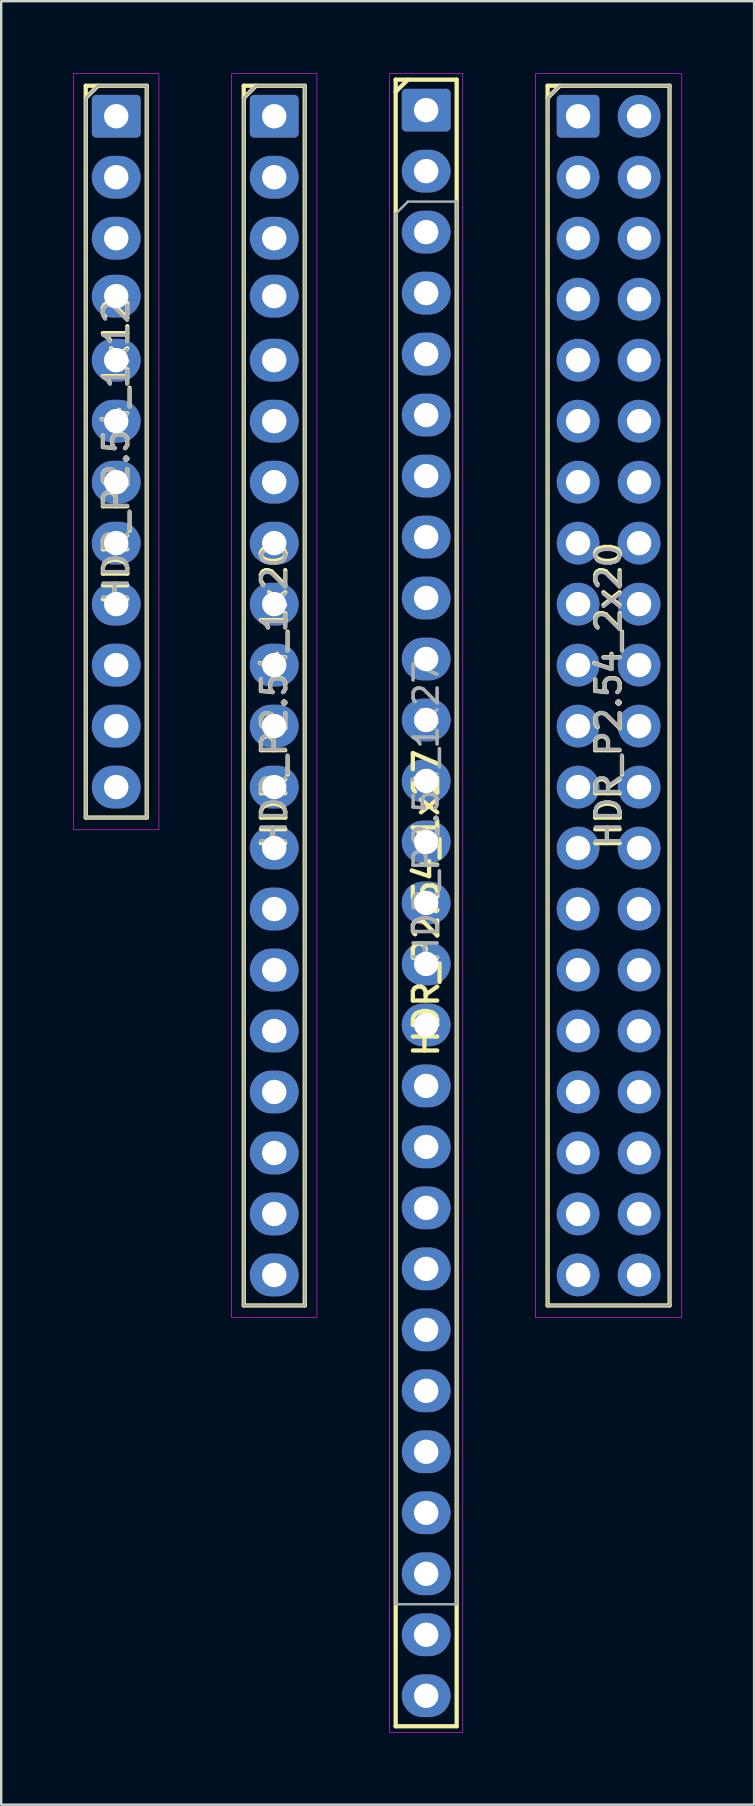
<source format=kicad_pcb>
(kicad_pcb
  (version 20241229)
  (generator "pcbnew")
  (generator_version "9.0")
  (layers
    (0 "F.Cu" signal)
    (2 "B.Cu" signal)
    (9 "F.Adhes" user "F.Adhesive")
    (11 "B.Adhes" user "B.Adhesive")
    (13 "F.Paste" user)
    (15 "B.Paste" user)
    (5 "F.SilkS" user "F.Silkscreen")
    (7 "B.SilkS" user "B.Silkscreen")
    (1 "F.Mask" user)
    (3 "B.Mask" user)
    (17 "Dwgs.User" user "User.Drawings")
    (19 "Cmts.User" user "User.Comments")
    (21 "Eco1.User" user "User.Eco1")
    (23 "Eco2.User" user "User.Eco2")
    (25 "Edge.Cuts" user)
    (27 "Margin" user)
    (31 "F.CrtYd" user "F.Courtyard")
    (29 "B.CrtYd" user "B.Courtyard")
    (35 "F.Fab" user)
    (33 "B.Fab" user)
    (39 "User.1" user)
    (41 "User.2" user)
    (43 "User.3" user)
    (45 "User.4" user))
  (footprint "HDR_P2.54_1x12"
    (layer "F.Cu")
    (at 1.791 15.761)
    (property "Reference" "HDR_P2.54_1x12" (at 0 0 90) (layer "F.SilkS") (effects (font (size 1.016 1.016) (thickness 0.178))))
    (attr through_hole)
    (fp_line (start -1.27 -15.24) (end -1.27 15.24) (stroke (width 0.178) (type solid)) (layer "F.SilkS"))
    (fp_line (start -1.27 -15.24) (end 1.27 -15.24) (stroke (width 0.178) (type solid)) (layer "F.SilkS"))
    (fp_line (start -1.27 -14.732) (end -0.762 -15.24) (stroke (width 0.178) (type solid)) (layer "F.SilkS"))
    (fp_line (start -1.27 15.24) (end 1.27 15.24) (stroke (width 0.178) (type solid)) (layer "F.SilkS"))
    (fp_line (start 1.27 -15.24) (end 1.27 15.24) (stroke (width 0.178) (type solid)) (layer "F.SilkS"))
    (fp_rect (start -1.778 -15.748) (end 1.778 15.748) (stroke (width 0.025) (type solid)) (fill no) (layer "F.CrtYd"))
    (fp_line (start -1.27 -14.732) (end -0.762 -15.24) (stroke (width 0.1) (type solid)) (layer "F.Fab"))
    (fp_line (start -1.27 15.24) (end -1.27 -14.732) (stroke (width 0.1) (type solid)) (layer "F.Fab"))
    (fp_line (start -0.762 -15.24) (end 1.27 -15.24) (stroke (width 0.1) (type solid)) (layer "F.Fab"))
    (fp_line (start 1.27 -15.24) (end 1.27 15.24) (stroke (width 0.1) (type solid)) (layer "F.Fab"))
    (fp_line (start 1.27 15.24) (end -1.27 15.24) (stroke (width 0.1) (type solid)) (layer "F.Fab"))
    (fp_text user "${REFERENCE}" (at 0 0 90) (layer "F.Fab") (effects (font (size 1 1) (thickness 0.15))))
    (pad "1" thru_hole roundrect (at 0 -13.97) (size 2.032 1.778) (drill 1.016) (layers "*.Cu" "*.Mask") (roundrect_rratio 0.1))
    (pad "2" thru_hole oval (at 0 -11.43) (size 2.032 1.778) (drill 1.016) (layers "*.Cu" "*.Mask"))
    (pad "3" thru_hole oval (at 0 -8.89) (size 2.032 1.778) (drill 1.016) (layers "*.Cu" "*.Mask"))
    (pad "4" thru_hole oval (at 0 -6.477) (size 2.032 1.778) (drill 1.016) (layers "*.Cu" "*.Mask"))
    (pad "5" thru_hole oval (at 0 -3.81) (size 2.032 1.778) (drill 1.016) (layers "*.Cu" "*.Mask"))
    (pad "6" thru_hole oval (at 0 -1.27) (size 2.032 1.778) (drill 1.016) (layers "*.Cu" "*.Mask"))
    (pad "7" thru_hole oval (at 0 1.27) (size 2.032 1.778) (drill 1.016) (layers "*.Cu" "*.Mask"))
    (pad "8" thru_hole oval (at 0 3.81) (size 2.032 1.778) (drill 1.016) (layers "*.Cu" "*.Mask"))
    (pad "9" thru_hole oval (at 0 6.35) (size 2.032 1.778) (drill 1.016) (layers "*.Cu" "*.Mask"))
    (pad "10" thru_hole oval (at 0 8.89) (size 2.032 1.778) (drill 1.016) (layers "*.Cu" "*.Mask"))
    (pad "11" thru_hole oval (at 0 11.43) (size 2.032 1.778) (drill 1.016) (layers "*.Cu" "*.Mask"))
    (pad "12" thru_hole oval (at 0 13.97) (size 2.032 1.778) (drill 1.016) (layers "*.Cu" "*.Mask")))
  (footprint "HDR_P2.54_2x20"
    (layer "F.Cu")
    (at 22.297 25.921)
    (property "Reference" "HDR_P2.54_2x20" (at 0 0 90) (layer "F.SilkS") (effects (font (size 1.016 1.016) (thickness 0.178))))
    (attr through_hole)
    (fp_line (start -2.54 -25.4) (end -2.54 25.4) (stroke (width 0.178) (type solid)) (layer "F.SilkS"))
    (fp_line (start -2.54 -25.4) (end 2.54 -25.4) (stroke (width 0.178) (type solid)) (layer "F.SilkS"))
    (fp_line (start -2.54 -24.892) (end -2.032 -25.4) (stroke (width 0.178) (type solid)) (layer "F.SilkS"))
    (fp_line (start -2.54 25.4) (end 2.54 25.4) (stroke (width 0.178) (type solid)) (layer "F.SilkS"))
    (fp_line (start 2.54 -25.4) (end 2.54 25.4) (stroke (width 0.178) (type solid)) (layer "F.SilkS"))
    (fp_rect (start -3.048 -25.908) (end 3.048 25.908) (stroke (width 0.025) (type solid)) (fill no) (layer "F.CrtYd"))
    (fp_line (start -2.54 -24.892) (end -2.032 -25.4) (stroke (width 0.1) (type solid)) (layer "F.Fab"))
    (fp_line (start -2.54 25.4) (end -2.54 -24.892) (stroke (width 0.1) (type solid)) (layer "F.Fab"))
    (fp_line (start -2.032 -25.4) (end 2.54 -25.4) (stroke (width 0.1) (type solid)) (layer "F.Fab"))
    (fp_line (start 2.54 -25.4) (end 2.54 25.4) (stroke (width 0.1) (type solid)) (layer "F.Fab"))
    (fp_line (start 2.54 25.4) (end -2.54 25.4) (stroke (width 0.1) (type solid)) (layer "F.Fab"))
    (fp_text user "${REFERENCE}" (at 0 0 90) (layer "F.Fab") (effects (font (size 1 1) (thickness 0.15))))
    (pad "1" thru_hole roundrect (at -1.27 -24.13) (size 1.778 1.778) (drill 1.016) (layers "*.Cu" "*.Mask") (roundrect_rratio 0.1))
    (pad "2" thru_hole oval (at 1.27 -24.13) (size 1.778 1.778) (drill 1.016) (layers "*.Cu" "*.Mask"))
    (pad "3" thru_hole oval (at -1.27 -21.59) (size 1.778 1.778) (drill 1.016) (layers "*.Cu" "*.Mask"))
    (pad "4" thru_hole oval (at 1.27 -21.59) (size 1.778 1.778) (drill 1.016) (layers "*.Cu" "*.Mask"))
    (pad "5" thru_hole oval (at -1.27 -19.05) (size 1.778 1.778) (drill 1.016) (layers "*.Cu" "*.Mask"))
    (pad "6" thru_hole oval (at 1.27 -19.05) (size 1.778 1.778) (drill 1.016) (layers "*.Cu" "*.Mask"))
    (pad "7" thru_hole oval (at -1.27 -16.51) (size 1.778 1.778) (drill 1.016) (layers "*.Cu" "*.Mask"))
    (pad "8" thru_hole oval (at 1.27 -16.51) (size 1.778 1.778) (drill 1.016) (layers "*.Cu" "*.Mask"))
    (pad "9" thru_hole oval (at -1.27 -13.97) (size 1.778 1.778) (drill 1.016) (layers "*.Cu" "*.Mask"))
    (pad "10" thru_hole oval (at 1.27 -13.97) (size 1.778 1.778) (drill 1.016) (layers "*.Cu" "*.Mask"))
    (pad "11" thru_hole oval (at -1.27 -11.43) (size 1.778 1.778) (drill 1.016) (layers "*.Cu" "*.Mask"))
    (pad "12" thru_hole oval (at 1.27 -11.43) (size 1.778 1.778) (drill 1.016) (layers "*.Cu" "*.Mask"))
    (pad "13" thru_hole oval (at -1.27 -8.89) (size 1.778 1.778) (drill 1.016) (layers "*.Cu" "*.Mask"))
    (pad "14" thru_hole oval (at 1.27 -8.89) (size 1.778 1.778) (drill 1.016) (layers "*.Cu" "*.Mask"))
    (pad "15" thru_hole oval (at -1.27 -6.35) (size 1.778 1.778) (drill 1.016) (layers "*.Cu" "*.Mask"))
    (pad "16" thru_hole oval (at 1.27 -6.35) (size 1.778 1.778) (drill 1.016) (layers "*.Cu" "*.Mask"))
    (pad "17" thru_hole oval (at -1.27 -3.81) (size 1.778 1.778) (drill 1.016) (layers "*.Cu" "*.Mask"))
    (pad "18" thru_hole oval (at 1.27 -3.81) (size 1.778 1.778) (drill 1.016) (layers "*.Cu" "*.Mask"))
    (pad "19" thru_hole oval (at -1.27 -1.27) (size 1.778 1.778) (drill 1.016) (layers "*.Cu" "*.Mask"))
    (pad "20" thru_hole oval (at 1.27 -1.27) (size 1.778 1.778) (drill 1.016) (layers "*.Cu" "*.Mask"))
    (pad "21" thru_hole oval (at -1.27 1.27) (size 1.778 1.778) (drill 1.016) (layers "*.Cu" "*.Mask"))
    (pad "22" thru_hole oval (at 1.27 1.27) (size 1.778 1.778) (drill 1.016) (layers "*.Cu" "*.Mask"))
    (pad "23" thru_hole oval (at -1.27 3.81) (size 1.778 1.778) (drill 1.016) (layers "*.Cu" "*.Mask"))
    (pad "24" thru_hole oval (at 1.27 3.81) (size 1.778 1.778) (drill 1.016) (layers "*.Cu" "*.Mask"))
    (pad "25" thru_hole oval (at -1.27 6.35) (size 1.778 1.778) (drill 1.016) (layers "*.Cu" "*.Mask"))
    (pad "26" thru_hole oval (at 1.27 6.35) (size 1.778 1.778) (drill 1.016) (layers "*.Cu" "*.Mask"))
    (pad "27" thru_hole oval (at -1.27 8.89) (size 1.778 1.778) (drill 1.016) (layers "*.Cu" "*.Mask"))
    (pad "28" thru_hole oval (at 1.27 8.89) (size 1.778 1.778) (drill 1.016) (layers "*.Cu" "*.Mask"))
    (pad "29" thru_hole oval (at -1.27 11.43) (size 1.778 1.778) (drill 1.016) (layers "*.Cu" "*.Mask"))
    (pad "30" thru_hole oval (at 1.27 11.43) (size 1.778 1.778) (drill 1.016) (layers "*.Cu" "*.Mask"))
    (pad "31" thru_hole oval (at -1.27 13.97) (size 1.778 1.778) (drill 1.016) (layers "*.Cu" "*.Mask"))
    (pad "32" thru_hole oval (at 1.27 13.97) (size 1.778 1.778) (drill 1.016) (layers "*.Cu" "*.Mask"))
    (pad "33" thru_hole oval (at -1.27 16.51) (size 1.778 1.778) (drill 1.016) (layers "*.Cu" "*.Mask"))
    (pad "34" thru_hole oval (at 1.27 16.51) (size 1.778 1.778) (drill 1.016) (layers "*.Cu" "*.Mask"))
    (pad "35" thru_hole oval (at -1.27 19.05) (size 1.778 1.778) (drill 1.016) (layers "*.Cu" "*.Mask"))
    (pad "36" thru_hole oval (at 1.27 19.05) (size 1.778 1.778) (drill 1.016) (layers "*.Cu" "*.Mask"))
    (pad "37" thru_hole oval (at -1.27 21.59) (size 1.778 1.778) (drill 1.016) (layers "*.Cu" "*.Mask"))
    (pad "38" thru_hole oval (at 1.27 21.59) (size 1.778 1.778) (drill 1.016) (layers "*.Cu" "*.Mask"))
    (pad "39" thru_hole oval (at -1.27 24.13) (size 1.778 1.778) (drill 1.016) (layers "*.Cu" "*.Mask"))
    (pad "40" thru_hole oval (at 1.27 24.13) (size 1.778 1.778) (drill 1.016) (layers "*.Cu" "*.Mask")))
  (footprint "HDR_P2.54_1x20"
    (layer "F.Cu")
    (at 8.372 25.921)
    (property "Reference" "HDR_P2.54_1x20" (at 0 0 90) (layer "F.SilkS") (effects (font (size 1.016 1.016) (thickness 0.178))))
    (attr through_hole)
    (fp_line (start -1.27 -25.4) (end -1.27 25.4) (stroke (width 0.178) (type solid)) (layer "F.SilkS"))
    (fp_line (start -1.27 -25.4) (end 1.27 -25.4) (stroke (width 0.178) (type solid)) (layer "F.SilkS"))
    (fp_line (start -1.27 -24.892) (end -0.762 -25.4) (stroke (width 0.178) (type solid)) (layer "F.SilkS"))
    (fp_line (start -1.27 25.4) (end 1.27 25.4) (stroke (width 0.178) (type solid)) (layer "F.SilkS"))
    (fp_line (start 1.27 -25.4) (end 1.27 25.4) (stroke (width 0.178) (type solid)) (layer "F.SilkS"))
    (fp_rect (start -1.778 -25.908) (end 1.778 25.908) (stroke (width 0.025) (type solid)) (fill no) (layer "F.CrtYd"))
    (fp_line (start -1.27 -24.892) (end -0.762 -25.4) (stroke (width 0.1) (type solid)) (layer "F.Fab"))
    (fp_line (start -1.27 25.4) (end -1.27 -24.892) (stroke (width 0.1) (type solid)) (layer "F.Fab"))
    (fp_line (start -0.762 -25.4) (end 1.27 -25.4) (stroke (width 0.1) (type solid)) (layer "F.Fab"))
    (fp_line (start 1.27 -25.4) (end 1.27 25.4) (stroke (width 0.1) (type solid)) (layer "F.Fab"))
    (fp_line (start 1.27 25.4) (end -1.27 25.4) (stroke (width 0.1) (type solid)) (layer "F.Fab"))
    (fp_text user "${REFERENCE}" (at 0 0 90) (layer "F.Fab") (effects (font (size 1 1) (thickness 0.15))))
    (pad "1" thru_hole roundrect (at 0 -24.13) (size 2.032 1.778) (drill 1.016) (layers "*.Cu" "*.Mask") (roundrect_rratio 0.1))
    (pad "2" thru_hole oval (at 0 -21.59) (size 2.032 1.778) (drill 1.016) (layers "*.Cu" "*.Mask"))
    (pad "3" thru_hole oval (at 0 -19.05) (size 2.032 1.778) (drill 1.016) (layers "*.Cu" "*.Mask"))
    (pad "4" thru_hole oval (at 0 -16.637) (size 2.032 1.778) (drill 1.016) (layers "*.Cu" "*.Mask"))
    (pad "5" thru_hole oval (at 0 -13.97) (size 2.032 1.778) (drill 1.016) (layers "*.Cu" "*.Mask"))
    (pad "6" thru_hole oval (at 0 -11.43) (size 2.032 1.778) (drill 1.016) (layers "*.Cu" "*.Mask"))
    (pad "7" thru_hole oval (at 0 -8.89) (size 2.032 1.778) (drill 1.016) (layers "*.Cu" "*.Mask"))
    (pad "8" thru_hole oval (at 0 -6.35) (size 2.032 1.778) (drill 1.016) (layers "*.Cu" "*.Mask"))
    (pad "9" thru_hole oval (at 0 -3.81) (size 2.032 1.778) (drill 1.016) (layers "*.Cu" "*.Mask"))
    (pad "10" thru_hole oval (at 0 -1.27) (size 2.032 1.778) (drill 1.016) (layers "*.Cu" "*.Mask"))
    (pad "11" thru_hole oval (at 0 1.27) (size 2.032 1.778) (drill 1.016) (layers "*.Cu" "*.Mask"))
    (pad "12" thru_hole oval (at 0 3.81) (size 2.032 1.778) (drill 1.016) (layers "*.Cu" "*.Mask"))
    (pad "13" thru_hole oval (at 0 6.35) (size 2.032 1.778) (drill 1.016) (layers "*.Cu" "*.Mask"))
    (pad "14" thru_hole oval (at 0 8.89) (size 2.032 1.778) (drill 1.016) (layers "*.Cu" "*.Mask"))
    (pad "15" thru_hole oval (at 0 11.43) (size 2.032 1.778) (drill 1.016) (layers "*.Cu" "*.Mask"))
    (pad "16" thru_hole oval (at 0 13.97) (size 2.032 1.778) (drill 1.016) (layers "*.Cu" "*.Mask"))
    (pad "17" thru_hole oval (at 0 16.51) (size 2.032 1.778) (drill 1.016) (layers "*.Cu" "*.Mask"))
    (pad "18" thru_hole oval (at 0 19.05) (size 2.032 1.778) (drill 1.016) (layers "*.Cu" "*.Mask"))
    (pad "19" thru_hole oval (at 0 21.59) (size 2.032 1.778) (drill 1.016) (layers "*.Cu" "*.Mask"))
    (pad "20" thru_hole oval (at 0 24.13) (size 2.032 1.778) (drill 1.016) (layers "*.Cu" "*.Mask")))
  (footprint "HDR_P2.54_1x27"
    (layer "F.Cu")
    (at 14.7 34.557)
    (property "Reference" "HDR_P2.54_1x27" (at 0 0 90) (layer "F.SilkS") (effects (font (size 1.016 1.016) (thickness 0.178))))
    (attr through_hole)
    (fp_line (start -1.27 -34.29) (end -1.27 34.29) (stroke (width 0.178) (type solid)) (layer "F.SilkS"))
    (fp_line (start -1.27 -34.29) (end 1.27 -34.29) (stroke (width 0.178) (type solid)) (layer "F.SilkS"))
    (fp_line (start -1.27 -33.782) (end -0.762 -34.29) (stroke (width 0.178) (type solid)) (layer "F.SilkS"))
    (fp_line (start -1.27 34.29) (end 1.27 34.29) (stroke (width 0.178) (type solid)) (layer "F.SilkS"))
    (fp_line (start 1.27 -34.29) (end 1.27 34.29) (stroke (width 0.178) (type solid)) (layer "F.SilkS"))
    (fp_rect (start -1.524 -34.544) (end 1.524 34.544) (stroke (width 0.025) (type solid)) (fill no) (layer "F.CrtYd"))
    (fp_line (start -1.27 -28.702) (end -0.762 -29.21) (stroke (width 0.1) (type solid)) (layer "F.Fab"))
    (fp_line (start -1.27 29.21) (end -1.27 -28.702) (stroke (width 0.1) (type solid)) (layer "F.Fab"))
    (fp_line (start -0.762 -29.21) (end 1.27 -29.21) (stroke (width 0.1) (type solid)) (layer "F.Fab"))
    (fp_line (start 1.27 -29.21) (end 1.27 29.21) (stroke (width 0.1) (type solid)) (layer "F.Fab"))
    (fp_line (start 1.27 29.21) (end -1.27 29.21) (stroke (width 0.1) (type solid)) (layer "F.Fab"))
    (fp_text user "${REFERENCE}" (at 0 -3.81 90) (layer "F.Fab") (effects (font (size 1 1) (thickness 0.15))))
    (pad "1" thru_hole roundrect (at 0 -33.02) (size 2.032 1.778) (drill 1.016) (layers "*.Cu" "*.Mask") (roundrect_rratio 0.1))
    (pad "2" thru_hole oval (at 0 -30.48) (size 2.032 1.778) (drill 1.016) (layers "*.Cu" "*.Mask"))
    (pad "3" thru_hole oval (at 0 -27.94) (size 2.032 1.778) (drill 1.016) (layers "*.Cu" "*.Mask"))
    (pad "4" thru_hole oval (at 0 -25.4) (size 2.032 1.778) (drill 1.016) (layers "*.Cu" "*.Mask"))
    (pad "5" thru_hole oval (at 0 -22.86) (size 2.032 1.778) (drill 1.016) (layers "*.Cu" "*.Mask"))
    (pad "6" thru_hole oval (at 0 -20.32) (size 2.032 1.778) (drill 1.016) (layers "*.Cu" "*.Mask"))
    (pad "7" thru_hole oval (at 0 -17.78) (size 2.032 1.778) (drill 1.016) (layers "*.Cu" "*.Mask"))
    (pad "8" thru_hole oval (at 0 -15.24) (size 2.032 1.778) (drill 1.016) (layers "*.Cu" "*.Mask"))
    (pad "9" thru_hole oval (at 0 -12.7) (size 2.032 1.778) (drill 1.016) (layers "*.Cu" "*.Mask"))
    (pad "10" thru_hole oval (at 0 -10.16) (size 2.032 1.778) (drill 1.016) (layers "*.Cu" "*.Mask"))
    (pad "11" thru_hole oval (at 0 -7.62) (size 2.032 1.778) (drill 1.016) (layers "*.Cu" "*.Mask"))
    (pad "12" thru_hole oval (at 0 -5.08) (size 2.032 1.778) (drill 1.016) (layers "*.Cu" "*.Mask"))
    (pad "13" thru_hole oval (at 0 -2.54) (size 2.032 1.778) (drill 1.016) (layers "*.Cu" "*.Mask"))
    (pad "14" thru_hole oval (at 0 0) (size 2.032 1.778) (drill 1.016) (layers "*.Cu" "*.Mask"))
    (pad "15" thru_hole oval (at 0 2.54) (size 2.032 1.778) (drill 1.016) (layers "*.Cu" "*.Mask"))
    (pad "16" thru_hole oval (at 0 5.08) (size 2.032 1.778) (drill 1.016) (layers "*.Cu" "*.Mask"))
    (pad "17" thru_hole oval (at 0 7.62) (size 2.032 1.778) (drill 1.016) (layers "*.Cu" "*.Mask"))
    (pad "18" thru_hole oval (at 0 10.16) (size 2.032 1.778) (drill 1.016) (layers "*.Cu" "*.Mask"))
    (pad "19" thru_hole oval (at 0 12.7) (size 2.032 1.778) (drill 1.016) (layers "*.Cu" "*.Mask"))
    (pad "20" thru_hole oval (at 0 15.24) (size 2.032 1.778) (drill 1.016) (layers "*.Cu" "*.Mask"))
    (pad "21" thru_hole oval (at 0 17.78) (size 2.032 1.778) (drill 1.016) (layers "*.Cu" "*.Mask"))
    (pad "22" thru_hole oval (at 0 20.32) (size 2.032 1.778) (drill 1.016) (layers "*.Cu" "*.Mask"))
    (pad "23" thru_hole oval (at 0 22.86) (size 2.032 1.778) (drill 1.016) (layers "*.Cu" "*.Mask"))
    (pad "24" thru_hole oval (at 0 25.4) (size 2.032 1.778) (drill 1.016) (layers "*.Cu" "*.Mask"))
    (pad "25" thru_hole oval (at 0 27.94) (size 2.032 1.778) (drill 1.016) (layers "*.Cu" "*.Mask"))
    (pad "26" thru_hole oval (at 0 30.48) (size 2.032 1.778) (drill 1.016) (layers "*.Cu" "*.Mask"))
    (pad "27" thru_hole oval (at 0 33.02) (size 2.032 1.778) (drill 1.016) (layers "*.Cu" "*.Mask")))
  (gr_rect
    (start -3 -3)
    (end 28.358 72.113)
    (stroke (width 0.1) (type default))
    (fill no)
    (layer "Edge.Cuts")))
</source>
